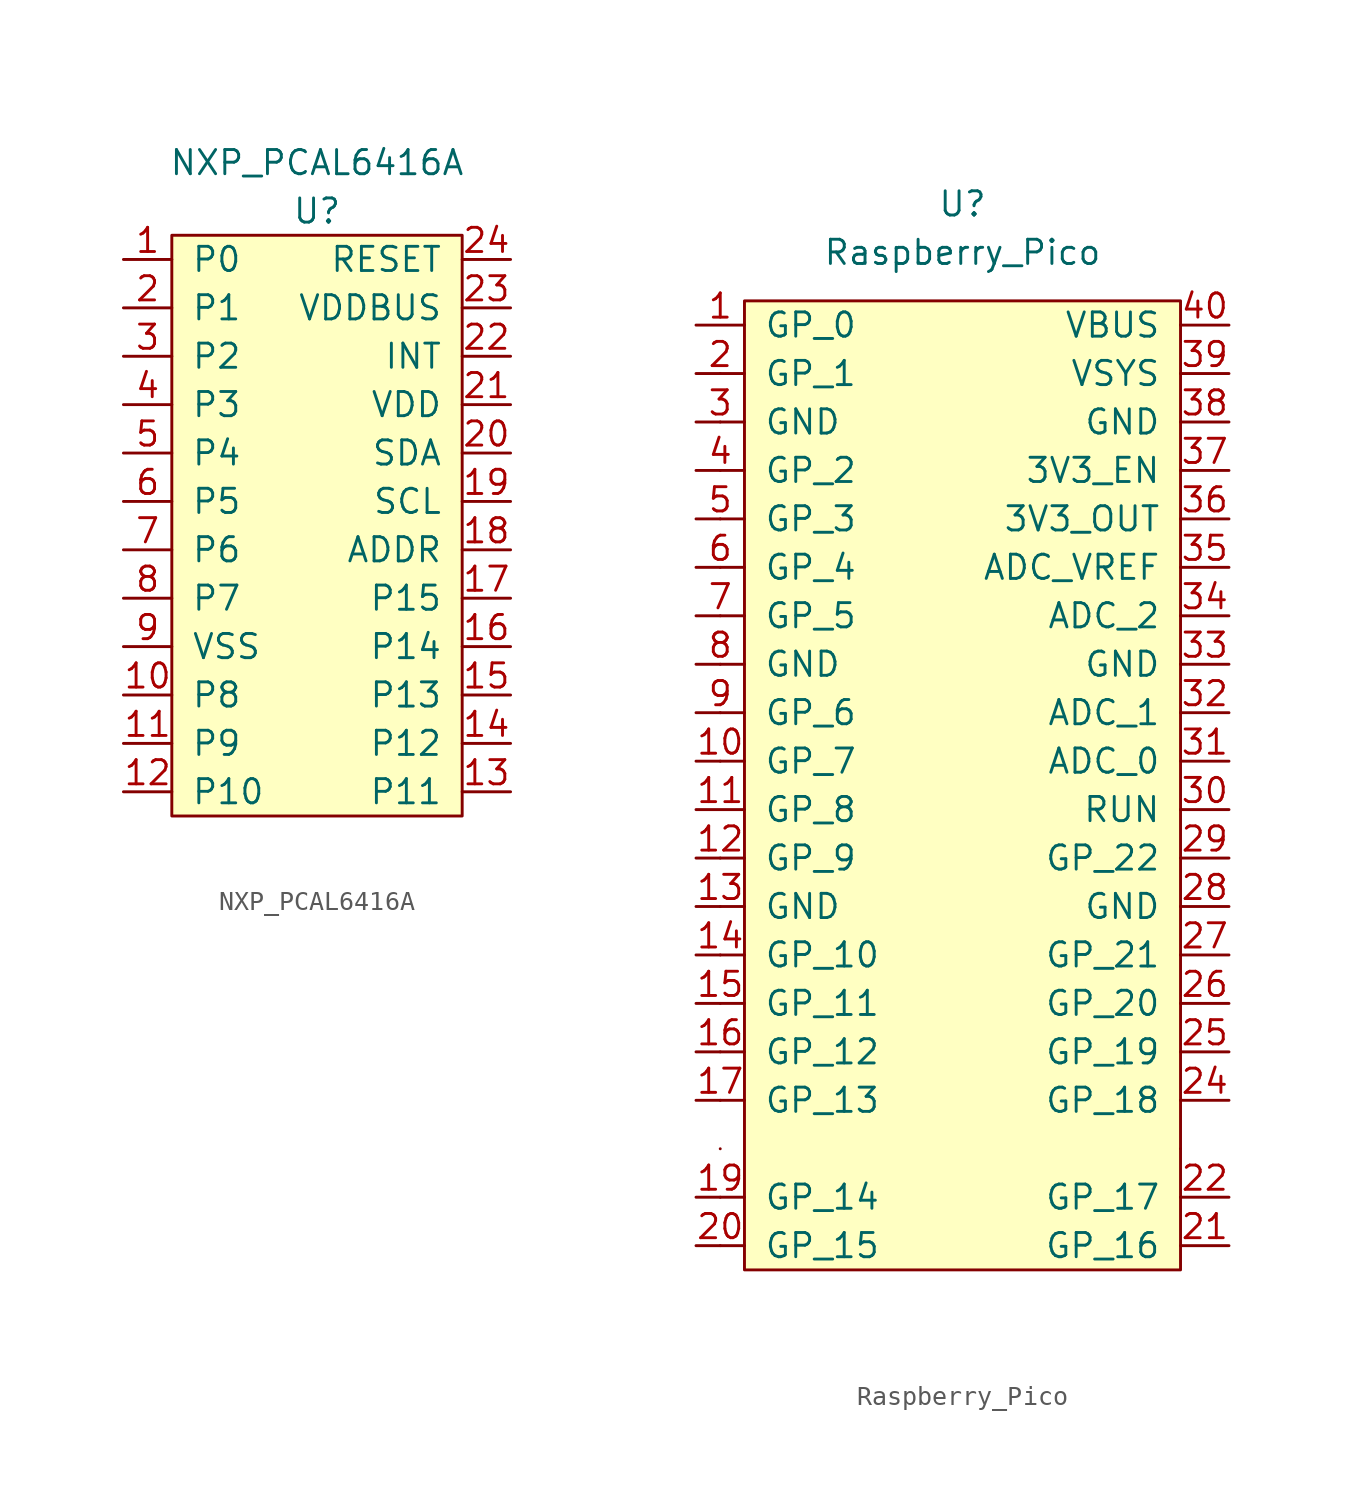
<source format=kicad_sym>
(kicad_symbol_lib
  (version 20211014)
  (generator kicad_symbol_editor)
  (symbol "NXP_PCAL6416A"
    (pin_names
      (offset 1.016))
    (property "Reference" "U"
      (at 0 11.43 0)
      (effects (font (size 1.27 1.27))))
    (property "Value" "NXP_PCAL6416A"
      (at 0 13.97 0)
      (effects (font (size 1.27 1.27))))
    (symbol "NXP_PCAL6416A_0_1"
      (rectangle (start -7.62 10.16) (end 7.62 -20.32) (stroke (width 0) (type default) (color 0 0 0 0)) (fill (type background))))
    (symbol "NXP_PCAL6416A_1_1"
      (pin input line (at -10.16 8.89 0) (length 2.54) (name "P0" (effects (font (size 1.27 1.27)))) (number "1" (effects (font (size 1.27 1.27)))))
      (pin input line (at -10.16 -13.97 0) (length 2.54) (name "P8" (effects (font (size 1.27 1.27)))) (number "10" (effects (font (size 1.27 1.27)))))
      (pin input line (at -10.16 -16.51 0) (length 2.54) (name "P9" (effects (font (size 1.27 1.27)))) (number "11" (effects (font (size 1.27 1.27)))))
      (pin input line (at -10.16 -19.05 0) (length 2.54) (name "P10" (effects (font (size 1.27 1.27)))) (number "12" (effects (font (size 1.27 1.27)))))
      (pin input line (at 10.16 -19.05 180) (length 2.54) (name "P11" (effects (font (size 1.27 1.27)))) (number "13" (effects (font (size 1.27 1.27)))))
      (pin input line (at 10.16 -16.51 180) (length 2.54) (name "P12" (effects (font (size 1.27 1.27)))) (number "14" (effects (font (size 1.27 1.27)))))
      (pin input line (at 10.16 -13.97 180) (length 2.54) (name "P13" (effects (font (size 1.27 1.27)))) (number "15" (effects (font (size 1.27 1.27)))))
      (pin input line (at 10.16 -11.43 180) (length 2.54) (name "P14" (effects (font (size 1.27 1.27)))) (number "16" (effects (font (size 1.27 1.27)))))
      (pin input line (at 10.16 -8.89 180) (length 2.54) (name "P15" (effects (font (size 1.27 1.27)))) (number "17" (effects (font (size 1.27 1.27)))))
      (pin input line (at 10.16 -6.35 180) (length 2.54) (name "ADDR" (effects (font (size 1.27 1.27)))) (number "18" (effects (font (size 1.27 1.27)))))
      (pin input line (at 10.16 -3.81 180) (length 2.54) (name "SCL" (effects (font (size 1.27 1.27)))) (number "19" (effects (font (size 1.27 1.27)))))
      (pin input line (at -10.16 6.35 0) (length 2.54) (name "P1" (effects (font (size 1.27 1.27)))) (number "2" (effects (font (size 1.27 1.27)))))
      (pin input line (at 10.16 -1.27 180) (length 2.54) (name "SDA" (effects (font (size 1.27 1.27)))) (number "20" (effects (font (size 1.27 1.27)))))
      (pin input line (at 10.16 1.27 180) (length 2.54) (name "VDD" (effects (font (size 1.27 1.27)))) (number "21" (effects (font (size 1.27 1.27)))))
      (pin input line (at 10.16 3.81 180) (length 2.54) (name "INT" (effects (font (size 1.27 1.27)))) (number "22" (effects (font (size 1.27 1.27)))))
      (pin input line (at 10.16 6.35 180) (length 2.54) (name "VDDBUS" (effects (font (size 1.27 1.27)))) (number "23" (effects (font (size 1.27 1.27)))))
      (pin input line (at 10.16 8.89 180) (length 2.54) (name "RESET" (effects (font (size 1.27 1.27)))) (number "24" (effects (font (size 1.27 1.27)))))
      (pin input line (at -10.16 3.81 0) (length 2.54) (name "P2" (effects (font (size 1.27 1.27)))) (number "3" (effects (font (size 1.27 1.27)))))
      (pin input line (at -10.16 1.27 0) (length 2.54) (name "P3" (effects (font (size 1.27 1.27)))) (number "4" (effects (font (size 1.27 1.27)))))
      (pin input line (at -10.16 -1.27 0) (length 2.54) (name "P4" (effects (font (size 1.27 1.27)))) (number "5" (effects (font (size 1.27 1.27)))))
      (pin input line (at -10.16 -3.81 0) (length 2.54) (name "P5" (effects (font (size 1.27 1.27)))) (number "6" (effects (font (size 1.27 1.27)))))
      (pin input line (at -10.16 -6.35 0) (length 2.54) (name "P6" (effects (font (size 1.27 1.27)))) (number "7" (effects (font (size 1.27 1.27)))))
      (pin input line (at -10.16 -8.89 0) (length 2.54) (name "P7" (effects (font (size 1.27 1.27)))) (number "8" (effects (font (size 1.27 1.27)))))
      (pin input line (at -10.16 -11.43 0) (length 2.54) (name "VSS" (effects (font (size 1.27 1.27)))) (number "9" (effects (font (size 1.27 1.27)))))))
  (symbol "Raspberry_Pico"
    (pin_names
      (offset 1.016))
    (property "Reference" "U"
      (at 0 29.21 0)
      (effects (font (size 1.27 1.27))))
    (property "Value" "Raspberry_Pico"
      (at 0 26.67 0)
      (effects (font (size 1.27 1.27))))
    (symbol "Raspberry_Pico_0_0"
      (rectangle (start -11.43 24.13) (end 11.43 -26.67) (stroke (width 0) (type default) (color 0 0 0 0)) (fill (type background))))
    (symbol "Raspberry_Pico_0_1"
      (rectangle (start -12.7 20.32) (end -12.7 20.32) (stroke (width 0) (type default) (color 0 0 0 0)) (fill (type none))))
    (symbol "Raspberry_Pico_1_1"
      (rectangle (start -12.7 -25.4) (end -12.7 -25.4) (stroke (width 0) (type default) (color 0 0 0 0)) (fill (type none)))
      (rectangle (start -12.7 -22.86) (end -12.7 -22.86) (stroke (width 0) (type default) (color 0 0 0 0)) (fill (type none)))
      (rectangle (start -12.7 -20.32) (end -12.7 -20.32) (stroke (width 0) (type default) (color 0 0 0 0)) (fill (type none)))
      (rectangle (start -12.7 -17.78) (end -12.7 -17.78) (stroke (width 0) (type default) (color 0 0 0 0)) (fill (type none)))
      (rectangle (start -12.7 -15.24) (end -12.7 -15.24) (stroke (width 0) (type default) (color 0 0 0 0)) (fill (type none)))
      (rectangle (start -12.7 -12.7) (end -12.7 -12.7) (stroke (width 0) (type default) (color 0 0 0 0)) (fill (type none)))
      (rectangle (start -12.7 -10.16) (end -12.7 -10.16) (stroke (width 0) (type default) (color 0 0 0 0)) (fill (type none)))
      (rectangle (start -12.7 -7.62) (end -12.7 -7.62) (stroke (width 0) (type default) (color 0 0 0 0)) (fill (type none)))
      (rectangle (start -12.7 -5.08) (end -12.7 -5.08) (stroke (width 0) (type default) (color 0 0 0 0)) (fill (type none)))
      (rectangle (start -12.7 0) (end -12.7 0) (stroke (width 0) (type default) (color 0 0 0 0)) (fill (type none)))
      (rectangle (start -12.7 2.54) (end -12.7 2.54) (stroke (width 0) (type default) (color 0 0 0 0)) (fill (type none)))
      (rectangle (start -12.7 5.08) (end -12.7 5.08) (stroke (width 0) (type default) (color 0 0 0 0)) (fill (type none)))
      (rectangle (start -12.7 7.62) (end -12.7 7.62) (stroke (width 0) (type default) (color 0 0 0 0)) (fill (type none)))
      (rectangle (start -12.7 10.16) (end -12.7 10.16) (stroke (width 0) (type default) (color 0 0 0 0)) (fill (type none)))
      (rectangle (start -12.7 12.7) (end -12.7 12.7) (stroke (width 0) (type default) (color 0 0 0 0)) (fill (type none)))
      (rectangle (start -12.7 15.24) (end -12.7 15.24) (stroke (width 0) (type default) (color 0 0 0 0)) (fill (type none)))
      (rectangle (start -12.7 17.78) (end -12.7 17.78) (stroke (width 0) (type default) (color 0 0 0 0)) (fill (type none)))
      (rectangle (start 11.43 -22.86) (end 11.43 -22.86) (stroke (width 0) (type default) (color 0 0 0 0)) (fill (type none)))
      (rectangle (start 11.43 -20.32) (end 11.43 -20.32) (stroke (width 0) (type default) (color 0 0 0 0)) (fill (type none)))
      (rectangle (start 11.43 -17.78) (end 11.43 -17.78) (stroke (width 0) (type default) (color 0 0 0 0)) (fill (type none)))
      (rectangle (start 11.43 -15.24) (end 11.43 -15.24) (stroke (width 0) (type default) (color 0 0 0 0)) (fill (type none)))
      (rectangle (start 11.43 -12.7) (end 11.43 -12.7) (stroke (width 0) (type default) (color 0 0 0 0)) (fill (type none)))
      (rectangle (start 11.43 -10.16) (end 11.43 -10.16) (stroke (width 0) (type default) (color 0 0 0 0)) (fill (type none)))
      (rectangle (start 11.43 -7.62) (end 11.43 -7.62) (stroke (width 0) (type default) (color 0 0 0 0)) (fill (type none)))
      (rectangle (start 11.43 -5.08) (end 11.43 -5.08) (stroke (width 0) (type default) (color 0 0 0 0)) (fill (type none)))
      (rectangle (start 11.43 -2.54) (end 11.43 -2.54) (stroke (width 0) (type default) (color 0 0 0 0)) (fill (type none)))
      (rectangle (start 11.43 2.54) (end 11.43 2.54) (stroke (width 0) (type default) (color 0 0 0 0)) (fill (type none)))
      (rectangle (start 11.43 5.08) (end 11.43 5.08) (stroke (width 0) (type default) (color 0 0 0 0)) (fill (type none)))
      (rectangle (start 11.43 7.62) (end 11.43 7.62) (stroke (width 0) (type default) (color 0 0 0 0)) (fill (type none)))
      (rectangle (start 11.43 10.16) (end 11.43 10.16) (stroke (width 0) (type default) (color 0 0 0 0)) (fill (type none)))
      (rectangle (start 11.43 12.7) (end 11.43 12.7) (stroke (width 0) (type default) (color 0 0 0 0)) (fill (type none)))
      (rectangle (start 11.43 15.24) (end 11.43 15.24) (stroke (width 0) (type default) (color 0 0 0 0)) (fill (type none)))
      (rectangle (start 11.43 17.78) (end 11.43 17.78) (stroke (width 0) (type default) (color 0 0 0 0)) (fill (type none)))
      (rectangle (start 11.43 20.32) (end 11.43 20.32) (stroke (width 0) (type default) (color 0 0 0 0)) (fill (type none)))
      (rectangle (start 11.43 22.86) (end 11.43 22.86) (stroke (width 0) (type default) (color 0 0 0 0)) (fill (type none)))
      (pin bidirectional line (at -13.97 22.86 0) (length 2.54) (name "GP_0" (effects (font (size 1.27 1.27)))) (number "1" (effects (font (size 1.27 1.27)))))
      (pin bidirectional line (at -13.97 0 0) (length 2.54) (name "GP_7" (effects (font (size 1.27 1.27)))) (number "10" (effects (font (size 1.27 1.27)))))
      (pin bidirectional line (at -13.97 -2.54 0) (length 2.54) (name "GP_8" (effects (font (size 1.27 1.27)))) (number "11" (effects (font (size 1.27 1.27)))))
      (pin bidirectional line (at -13.97 -5.08 0) (length 2.54) (name "GP_9" (effects (font (size 1.27 1.27)))) (number "12" (effects (font (size 1.27 1.27)))))
      (pin bidirectional line (at -13.97 -7.62 0) (length 2.54) (name "GND" (effects (font (size 1.27 1.27)))) (number "13" (effects (font (size 1.27 1.27)))))
      (pin bidirectional line (at -13.97 -10.16 0) (length 2.54) (name "GP_10" (effects (font (size 1.27 1.27)))) (number "14" (effects (font (size 1.27 1.27)))))
      (pin bidirectional line (at -13.97 -12.7 0) (length 2.54) (name "GP_11" (effects (font (size 1.27 1.27)))) (number "15" (effects (font (size 1.27 1.27)))))
      (pin bidirectional line (at -13.97 -15.24 0) (length 2.54) (name "GP_12" (effects (font (size 1.27 1.27)))) (number "16" (effects (font (size 1.27 1.27)))))
      (pin bidirectional line (at -13.97 -17.78 0) (length 2.54) (name "GP_13" (effects (font (size 1.27 1.27)))) (number "17" (effects (font (size 1.27 1.27)))))
      (pin bidirectional line (at -13.97 -22.86 0) (length 2.54) (name "GP_14" (effects (font (size 1.27 1.27)))) (number "19" (effects (font (size 1.27 1.27)))))
      (pin bidirectional line (at -13.97 20.32 0) (length 2.54) (name "GP_1" (effects (font (size 1.27 1.27)))) (number "2" (effects (font (size 1.27 1.27)))))
      (pin bidirectional line (at -13.97 -25.4 0) (length 2.54) (name "GP_15" (effects (font (size 1.27 1.27)))) (number "20" (effects (font (size 1.27 1.27)))))
      (pin bidirectional line (at 13.97 -25.4 180) (length 2.54) (name "GP_16" (effects (font (size 1.27 1.27)))) (number "21" (effects (font (size 1.27 1.27)))))
      (pin bidirectional line (at 13.97 -22.86 180) (length 2.54) (name "GP_17" (effects (font (size 1.27 1.27)))) (number "22" (effects (font (size 1.27 1.27)))))
      (pin bidirectional line (at 13.97 -17.78 180) (length 2.54) (name "GP_18" (effects (font (size 1.27 1.27)))) (number "24" (effects (font (size 1.27 1.27)))))
      (pin bidirectional line (at 13.97 -15.24 180) (length 2.54) (name "GP_19" (effects (font (size 1.27 1.27)))) (number "25" (effects (font (size 1.27 1.27)))))
      (pin bidirectional line (at 13.97 -12.7 180) (length 2.54) (name "GP_20" (effects (font (size 1.27 1.27)))) (number "26" (effects (font (size 1.27 1.27)))))
      (pin bidirectional line (at 13.97 -10.16 180) (length 2.54) (name "GP_21" (effects (font (size 1.27 1.27)))) (number "27" (effects (font (size 1.27 1.27)))))
      (pin bidirectional line (at 13.97 -7.62 180) (length 2.54) (name "GND" (effects (font (size 1.27 1.27)))) (number "28" (effects (font (size 1.27 1.27)))))
      (pin bidirectional line (at 13.97 -5.08 180) (length 2.54) (name "GP_22" (effects (font (size 1.27 1.27)))) (number "29" (effects (font (size 1.27 1.27)))))
      (pin bidirectional line (at -13.97 17.78 0) (length 2.54) (name "GND" (effects (font (size 1.27 1.27)))) (number "3" (effects (font (size 1.27 1.27)))))
      (pin bidirectional line (at 13.97 -2.54 180) (length 2.54) (name "RUN" (effects (font (size 1.27 1.27)))) (number "30" (effects (font (size 1.27 1.27)))))
      (pin bidirectional line (at 13.97 0 180) (length 2.54) (name "ADC_0" (effects (font (size 1.27 1.27)))) (number "31" (effects (font (size 1.27 1.27)))))
      (pin bidirectional line (at 13.97 2.54 180) (length 2.54) (name "ADC_1" (effects (font (size 1.27 1.27)))) (number "32" (effects (font (size 1.27 1.27)))))
      (pin bidirectional line (at 13.97 5.08 180) (length 2.54) (name "GND" (effects (font (size 1.27 1.27)))) (number "33" (effects (font (size 1.27 1.27)))))
      (pin bidirectional line (at 13.97 7.62 180) (length 2.54) (name "ADC_2" (effects (font (size 1.27 1.27)))) (number "34" (effects (font (size 1.27 1.27)))))
      (pin bidirectional line (at 13.97 10.16 180) (length 2.54) (name "ADC_VREF" (effects (font (size 1.27 1.27)))) (number "35" (effects (font (size 1.27 1.27)))))
      (pin bidirectional line (at 13.97 12.7 180) (length 2.54) (name "3V3_OUT" (effects (font (size 1.27 1.27)))) (number "36" (effects (font (size 1.27 1.27)))))
      (pin bidirectional line (at 13.97 15.24 180) (length 2.54) (name "3V3_EN" (effects (font (size 1.27 1.27)))) (number "37" (effects (font (size 1.27 1.27)))))
      (pin bidirectional line (at 13.97 17.78 180) (length 2.54) (name "GND" (effects (font (size 1.27 1.27)))) (number "38" (effects (font (size 1.27 1.27)))))
      (pin bidirectional line (at 13.97 20.32 180) (length 2.54) (name "VSYS" (effects (font (size 1.27 1.27)))) (number "39" (effects (font (size 1.27 1.27)))))
      (pin bidirectional line (at -13.97 15.24 0) (length 2.54) (name "GP_2" (effects (font (size 1.27 1.27)))) (number "4" (effects (font (size 1.27 1.27)))))
      (pin bidirectional line (at 13.97 22.86 180) (length 2.54) (name "VBUS" (effects (font (size 1.27 1.27)))) (number "40" (effects (font (size 1.27 1.27)))))
      (pin bidirectional line (at -13.97 12.7 0) (length 2.54) (name "GP_3" (effects (font (size 1.27 1.27)))) (number "5" (effects (font (size 1.27 1.27)))))
      (pin bidirectional line (at -13.97 10.16 0) (length 2.54) (name "GP_4" (effects (font (size 1.27 1.27)))) (number "6" (effects (font (size 1.27 1.27)))))
      (pin bidirectional line (at -13.97 7.62 0) (length 2.54) (name "GP_5" (effects (font (size 1.27 1.27)))) (number "7" (effects (font (size 1.27 1.27)))))
      (pin bidirectional line (at -13.97 5.08 0) (length 2.54) (name "GND" (effects (font (size 1.27 1.27)))) (number "8" (effects (font (size 1.27 1.27)))))
      (pin bidirectional line (at -13.97 2.54 0) (length 2.54) (name "GP_6" (effects (font (size 1.27 1.27)))) (number "9" (effects (font (size 1.27 1.27))))))))
</source>
